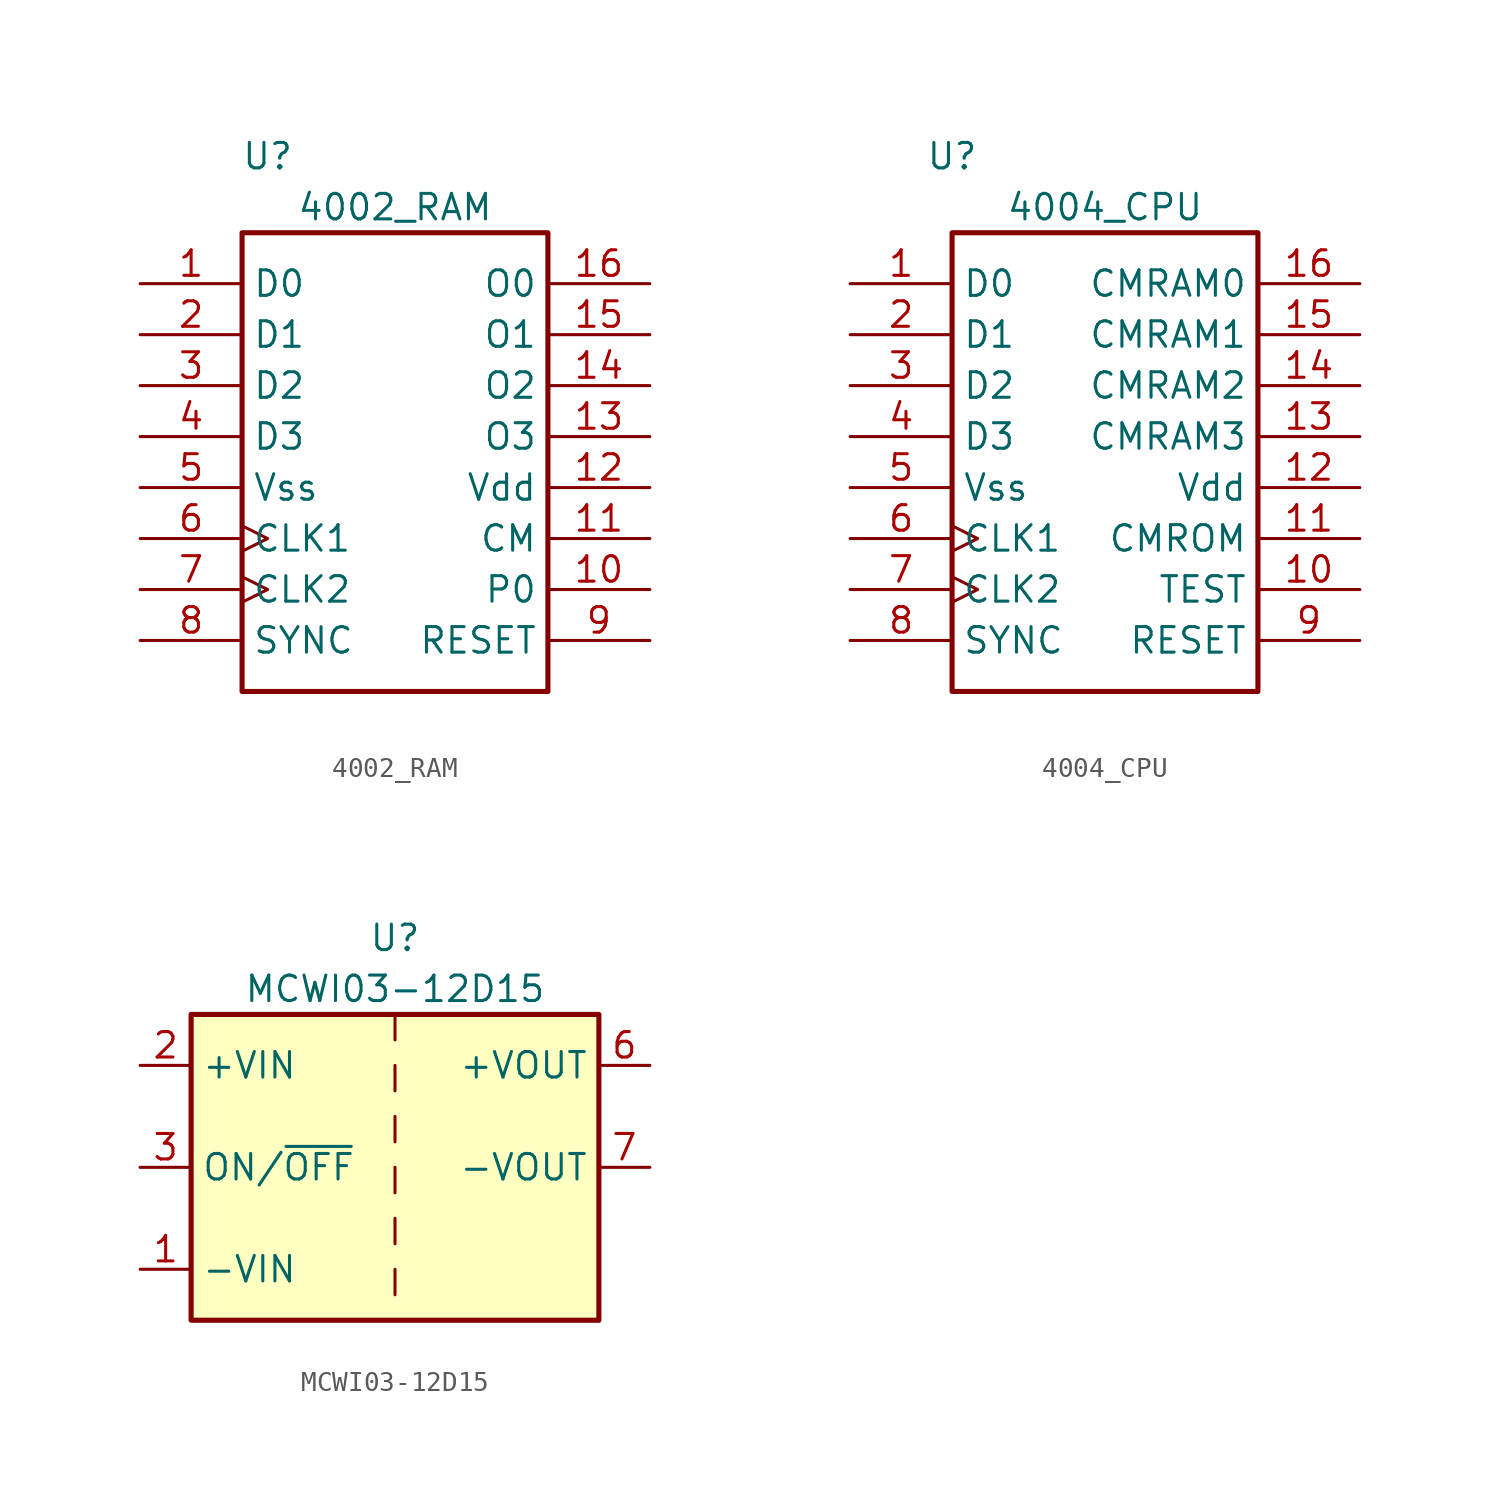
<source format=kicad_sym>
(kicad_symbol_lib
  (version 20220914)
  (generator kicad_symbol_editor)
  (symbol "4002_RAM"
    (property "Reference" "U"
      (at -6.35 13.97 0)
      (effects (font (size 1.27 1.27))))
    (property "Value" "4002_RAM"
      (at 0 11.43 0)
      (effects (font (size 1.27 1.27))))
    (symbol "4002_RAM_1_0"
      (pin bidirectional line (at -12.7 7.62 0) (length 5.08) (name "D0" (effects (font (size 1.27 1.27)))) (number "1" (effects (font (size 1.27 1.27)))))
      (pin input line (at 12.7 -7.62 180) (length 5.08) (name "P0" (effects (font (size 1.27 1.27)))) (number "10" (effects (font (size 1.27 1.27)))))
      (pin input line (at 12.7 -5.08 180) (length 5.08) (name "CM" (effects (font (size 1.27 1.27)))) (number "11" (effects (font (size 1.27 1.27)))))
      (pin power_in line (at 12.7 -2.54 180) (length 5.08) (name "Vdd" (effects (font (size 1.27 1.27)))) (number "12" (effects (font (size 1.27 1.27)))))
      (pin output line (at 12.7 0 180) (length 5.08) (name "O3" (effects (font (size 1.27 1.27)))) (number "13" (effects (font (size 1.27 1.27)))))
      (pin output line (at 12.7 2.54 180) (length 5.08) (name "O2" (effects (font (size 1.27 1.27)))) (number "14" (effects (font (size 1.27 1.27)))))
      (pin output line (at 12.7 5.08 180) (length 5.08) (name "O1" (effects (font (size 1.27 1.27)))) (number "15" (effects (font (size 1.27 1.27)))))
      (pin output line (at 12.7 7.62 180) (length 5.08) (name "O0" (effects (font (size 1.27 1.27)))) (number "16" (effects (font (size 1.27 1.27)))))
      (pin bidirectional line (at -12.7 5.08 0) (length 5.08) (name "D1" (effects (font (size 1.27 1.27)))) (number "2" (effects (font (size 1.27 1.27)))))
      (pin bidirectional line (at -12.7 2.54 0) (length 5.08) (name "D2" (effects (font (size 1.27 1.27)))) (number "3" (effects (font (size 1.27 1.27)))))
      (pin bidirectional line (at -12.7 0 0) (length 5.08) (name "D3" (effects (font (size 1.27 1.27)))) (number "4" (effects (font (size 1.27 1.27)))))
      (pin power_in line (at -12.7 -2.54 0) (length 5.08) (name "Vss" (effects (font (size 1.27 1.27)))) (number "5" (effects (font (size 1.27 1.27)))))
      (pin input clock (at -12.7 -5.08 0) (length 5.08) (name "CLK1" (effects (font (size 1.27 1.27)))) (number "6" (effects (font (size 1.27 1.27)))))
      (pin input clock (at -12.7 -7.62 0) (length 5.08) (name "CLK2" (effects (font (size 1.27 1.27)))) (number "7" (effects (font (size 1.27 1.27)))))
      (pin input line (at -12.7 -10.16 0) (length 5.08) (name "SYNC" (effects (font (size 1.27 1.27)))) (number "8" (effects (font (size 1.27 1.27)))))
      (pin input line (at 12.7 -10.16 180) (length 5.08) (name "RESET" (effects (font (size 1.27 1.27)))) (number "9" (effects (font (size 1.27 1.27))))))
    (symbol "4002_RAM_1_1"
      (rectangle (start -7.62 10.16) (end 7.62 -12.7) (stroke (width 0.254) (type default)) (fill (type none)))))
  (symbol "4004_CPU"
    (property "Reference" "U"
      (at -7.62 13.97 0)
      (effects (font (size 1.27 1.27))))
    (property "Value" "4004_CPU"
      (at 0 11.43 0)
      (effects (font (size 1.27 1.27))))
    (symbol "4004_CPU_1_0"
      (pin bidirectional line (at -12.7 7.62 0) (length 5.08) (name "D0" (effects (font (size 1.27 1.27)))) (number "1" (effects (font (size 1.27 1.27)))))
      (pin input line (at 12.7 -7.62 180) (length 5.08) (name "TEST" (effects (font (size 1.27 1.27)))) (number "10" (effects (font (size 1.27 1.27)))))
      (pin output line (at 12.7 -5.08 180) (length 5.08) (name "CMROM" (effects (font (size 1.27 1.27)))) (number "11" (effects (font (size 1.27 1.27)))))
      (pin power_in line (at 12.7 -2.54 180) (length 5.08) (name "Vdd" (effects (font (size 1.27 1.27)))) (number "12" (effects (font (size 1.27 1.27)))))
      (pin output line (at 12.7 0 180) (length 5.08) (name "CMRAM3" (effects (font (size 1.27 1.27)))) (number "13" (effects (font (size 1.27 1.27)))))
      (pin output line (at 12.7 2.54 180) (length 5.08) (name "CMRAM2" (effects (font (size 1.27 1.27)))) (number "14" (effects (font (size 1.27 1.27)))))
      (pin output line (at 12.7 5.08 180) (length 5.08) (name "CMRAM1" (effects (font (size 1.27 1.27)))) (number "15" (effects (font (size 1.27 1.27)))))
      (pin output line (at 12.7 7.62 180) (length 5.08) (name "CMRAM0" (effects (font (size 1.27 1.27)))) (number "16" (effects (font (size 1.27 1.27)))))
      (pin bidirectional line (at -12.7 5.08 0) (length 5.08) (name "D1" (effects (font (size 1.27 1.27)))) (number "2" (effects (font (size 1.27 1.27)))))
      (pin bidirectional line (at -12.7 2.54 0) (length 5.08) (name "D2" (effects (font (size 1.27 1.27)))) (number "3" (effects (font (size 1.27 1.27)))))
      (pin bidirectional line (at -12.7 0 0) (length 5.08) (name "D3" (effects (font (size 1.27 1.27)))) (number "4" (effects (font (size 1.27 1.27)))))
      (pin power_in line (at -12.7 -2.54 0) (length 5.08) (name "Vss" (effects (font (size 1.27 1.27)))) (number "5" (effects (font (size 1.27 1.27)))))
      (pin input clock (at -12.7 -5.08 0) (length 5.08) (name "CLK1" (effects (font (size 1.27 1.27)))) (number "6" (effects (font (size 1.27 1.27)))))
      (pin input clock (at -12.7 -7.62 0) (length 5.08) (name "CLK2" (effects (font (size 1.27 1.27)))) (number "7" (effects (font (size 1.27 1.27)))))
      (pin output line (at -12.7 -10.16 0) (length 5.08) (name "SYNC" (effects (font (size 1.27 1.27)))) (number "8" (effects (font (size 1.27 1.27)))))
      (pin input line (at 12.7 -10.16 180) (length 5.08) (name "RESET" (effects (font (size 1.27 1.27)))) (number "9" (effects (font (size 1.27 1.27))))))
    (symbol "4004_CPU_1_1"
      (rectangle (start -7.62 10.16) (end 7.62 -12.7) (stroke (width 0.254) (type default)) (fill (type none)))))
  (symbol "MCWI03-12D15"
    (property "Reference" "U"
      (at 0 11.43 0)
      (effects (font (size 1.27 1.27))))
    (property "Value" "MCWI03-12D15"
      (at 0 8.89 0)
      (effects (font (size 1.27 1.27))))
    (symbol "MCWI03-12D15_0_1"
      (rectangle (start -10.16 7.62) (end 10.16 -7.62) (stroke (width 0.254) (type default)) (fill (type background)))
      (polyline (pts (xy 0 -5.08) (xy 0 -6.35)) (stroke (width 0) (type default)) (fill (type none)))
      (polyline (pts (xy 0 -2.54) (xy 0 -3.81)) (stroke (width 0) (type default)) (fill (type none)))
      (polyline (pts (xy 0 0) (xy 0 -1.27)) (stroke (width 0) (type default)) (fill (type none)))
      (polyline (pts (xy 0 2.54) (xy 0 1.27)) (stroke (width 0) (type default)) (fill (type none)))
      (polyline (pts (xy 0 5.08) (xy 0 3.81)) (stroke (width 0) (type default)) (fill (type none)))
      (polyline (pts (xy 0 7.62) (xy 0 6.35)) (stroke (width 0) (type default)) (fill (type none))))
    (symbol "MCWI03-12D15_1_1"
      (pin power_in line (at -12.7 -5.08 0) (length 2.54) (name "-VIN" (effects (font (size 1.27 1.27)))) (number "1" (effects (font (size 1.27 1.27)))))
      (pin power_in line (at -12.7 5.08 0) (length 2.54) (name "+VIN" (effects (font (size 1.27 1.27)))) (number "2" (effects (font (size 1.27 1.27)))))
      (pin input line (at -12.7 0 0) (length 2.54) (name "ON/~{OFF}" (effects (font (size 1.27 1.27)))) (number "3" (effects (font (size 1.27 1.27)))))
      (pin no_connect line (at 10.16 -2.54 180) (length 2.54) hide (name "NC" (effects (font (size 1.27 1.27)))) (number "5" (effects (font (size 1.27 1.27)))))
      (pin power_out line (at 12.7 5.08 180) (length 2.54) (name "+VOUT" (effects (font (size 1.27 1.27)))) (number "6" (effects (font (size 1.27 1.27)))))
      (pin power_out line (at 12.7 0 180) (length 2.54) (name "-VOUT" (effects (font (size 1.27 1.27)))) (number "7" (effects (font (size 1.27 1.27)))))
      (pin no_connect line (at 10.16 -5.08 180) (length 2.54) hide (name "NC" (effects (font (size 1.27 1.27)))) (number "8" (effects (font (size 1.27 1.27))))))))
</source>
